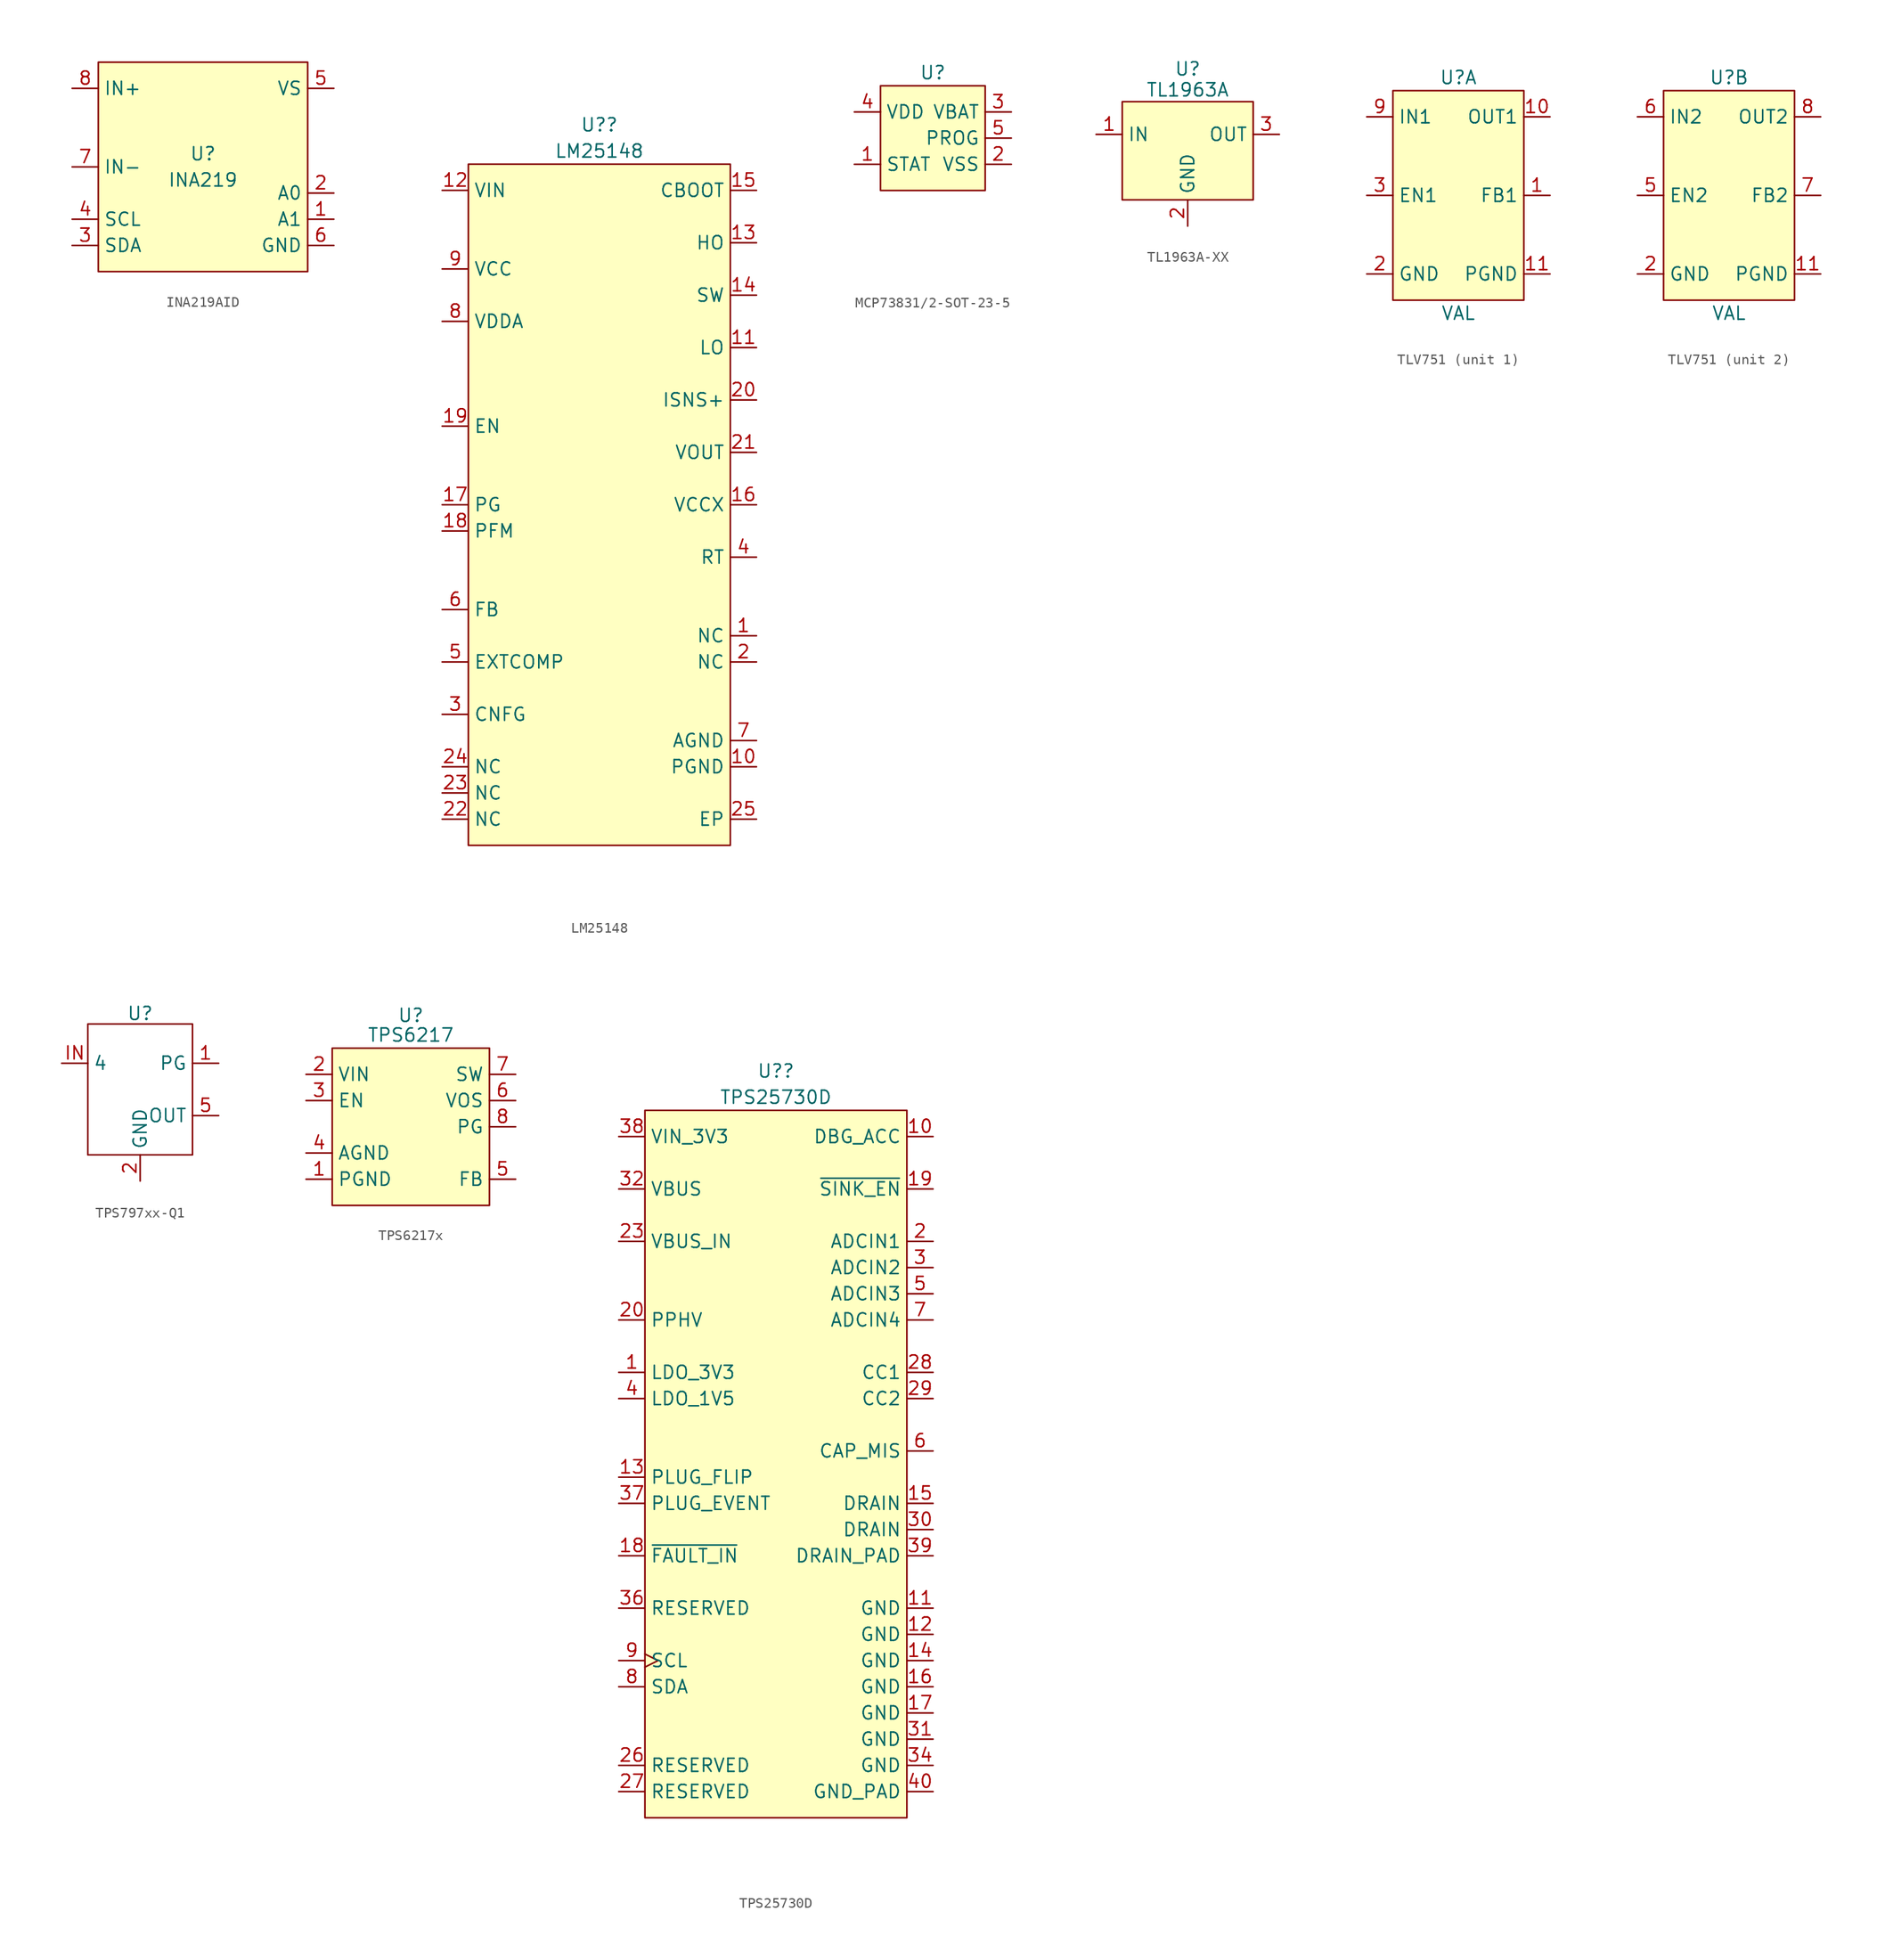
<source format=kicad_sym>
(kicad_symbol_lib
  (version 20241209)
  (generator "kicad_symbol_editor")
  (generator_version "9.0")
  (symbol "INA219AID"
    (property "Reference" "U"
      (at 0 1.27 0)
      (do_not_autoplace)
      (effects (font (size 1.27 1.27))))
    (property "Value" "INA219"
      (at 0 -1.27 0)
      (do_not_autoplace)
      (effects (font (size 1.27 1.27))))
    (symbol "INA219AID_0_0"
      (pin input line (at -12.7 7.62 0) (length 2.54) (name "IN+" (effects (font (size 1.27 1.27)))) (number "8" (effects (font (size 1.27 1.27)))))
      (pin input line (at -12.7 0 0) (length 2.54) (name "IN-" (effects (font (size 1.27 1.27)))) (number "7" (effects (font (size 1.27 1.27)))))
      (pin input line (at -12.7 -5.08 0) (length 2.54) (name "SCL" (effects (font (size 1.27 1.27)))) (number "4" (effects (font (size 1.27 1.27)))))
      (pin bidirectional line (at -12.7 -7.62 0) (length 2.54) (name "SDA" (effects (font (size 1.27 1.27)))) (number "3" (effects (font (size 1.27 1.27)))))
      (pin power_in line (at 12.7 7.62 180) (length 2.54) (name "VS" (effects (font (size 1.27 1.27)))) (number "5" (effects (font (size 1.27 1.27)))))
      (pin input line (at 12.7 -2.54 180) (length 2.54) (name "A0" (effects (font (size 1.27 1.27)))) (number "2" (effects (font (size 1.27 1.27)))))
      (pin input line (at 12.7 -5.08 180) (length 2.54) (name "A1" (effects (font (size 1.27 1.27)))) (number "1" (effects (font (size 1.27 1.27)))))
      (pin passive line (at 12.7 -7.62 180) (length 2.54) (name "GND" (effects (font (size 1.27 1.27)))) (number "6" (effects (font (size 1.27 1.27))))))
    (symbol "INA219AID_1_1"
      (rectangle (start -10.16 10.16) (end 10.16 -10.16) (stroke (width 0) (type default)) (fill (type background)))))
  (symbol "LM25148"
    (property "Reference" "U?"
      (at 0 36.83 0)
      (do_not_autoplace)
      (effects (font (size 1.27 1.27))))
    (property "Value" "LM25148"
      (at 0 34.29 0)
      (do_not_autoplace)
      (effects (font (size 1.27 1.27))))
    (symbol "LM25148_0_0"
      (pin power_in line (at -15.24 30.48 0) (length 2.54) (name "VIN" (effects (font (size 1.27 1.27)))) (number "12" (effects (font (size 1.27 1.27)))))
      (pin power_in line (at -15.24 22.86 0) (length 2.54) (name "VCC" (effects (font (size 1.27 1.27)))) (number "9" (effects (font (size 1.27 1.27)))))
      (pin power_out line (at -15.24 17.78 0) (length 2.54) (name "VDDA" (effects (font (size 1.27 1.27)))) (number "8" (effects (font (size 1.27 1.27)))))
      (pin input line (at -15.24 7.62 0) (length 2.54) (name "EN" (effects (font (size 1.27 1.27)))) (number "19" (effects (font (size 1.27 1.27)))))
      (pin input line (at -15.24 -10.16 0) (length 2.54) (name "FB" (effects (font (size 1.27 1.27)))) (number "6" (effects (font (size 1.27 1.27)))))
      (pin output line (at -15.24 -15.24 0) (length 2.54) (name "EXTCOMP" (effects (font (size 1.27 1.27)))) (number "5" (effects (font (size 1.27 1.27)))))
      (pin input line (at -15.24 -20.32 0) (length 2.54) (name "CNFG" (effects (font (size 1.27 1.27)))) (number "3" (effects (font (size 1.27 1.27)))))
      (pin passive line (at -15.24 -25.4 0) (length 2.54) (name "NC" (effects (font (size 1.27 1.27)))) (number "24" (effects (font (size 1.27 1.27)))))
      (pin passive line (at -15.24 -27.94 0) (length 2.54) (name "NC" (effects (font (size 1.27 1.27)))) (number "23" (effects (font (size 1.27 1.27)))))
      (pin passive line (at -15.24 -30.48 0) (length 2.54) (name "NC" (effects (font (size 1.27 1.27)))) (number "22" (effects (font (size 1.27 1.27)))))
      (pin passive line (at 15.24 30.48 180) (length 2.54) (name "CBOOT" (effects (font (size 1.27 1.27)))) (number "15" (effects (font (size 1.27 1.27)))))
      (pin output line (at 15.24 25.4 180) (length 2.54) (name "HO" (effects (font (size 1.27 1.27)))) (number "13" (effects (font (size 1.27 1.27)))))
      (pin power_out line (at 15.24 20.32 180) (length 2.54) (name "SW" (effects (font (size 1.27 1.27)))) (number "14" (effects (font (size 1.27 1.27)))))
      (pin output line (at 15.24 15.24 180) (length 2.54) (name "LO" (effects (font (size 1.27 1.27)))) (number "11" (effects (font (size 1.27 1.27)))))
      (pin input line (at 15.24 10.16 180) (length 2.54) (name "ISNS+" (effects (font (size 1.27 1.27)))) (number "20" (effects (font (size 1.27 1.27)))))
      (pin input line (at 15.24 5.08 180) (length 2.54) (name "VOUT" (effects (font (size 1.27 1.27)))) (number "21" (effects (font (size 1.27 1.27)))))
      (pin power_in line (at 15.24 0 180) (length 2.54) (name "VCCX" (effects (font (size 1.27 1.27)))) (number "16" (effects (font (size 1.27 1.27)))))
      (pin input line (at 15.24 -5.08 180) (length 2.54) (name "RT" (effects (font (size 1.27 1.27)))) (number "4" (effects (font (size 1.27 1.27)))))
      (pin passive line (at 15.24 -12.7 180) (length 2.54) (name "NC" (effects (font (size 1.27 1.27)))) (number "1" (effects (font (size 1.27 1.27)))))
      (pin passive line (at 15.24 -15.24 180) (length 2.54) (name "NC" (effects (font (size 1.27 1.27)))) (number "2" (effects (font (size 1.27 1.27)))))
      (pin power_in line (at 15.24 -22.86 180) (length 2.54) (name "AGND" (effects (font (size 1.27 1.27)))) (number "7" (effects (font (size 1.27 1.27)))))
      (pin power_in line (at 15.24 -25.4 180) (length 2.54) (name "PGND" (effects (font (size 1.27 1.27)))) (number "10" (effects (font (size 1.27 1.27)))))
      (pin passive line (at 15.24 -30.48 180) (length 2.54) (name "EP" (effects (font (size 1.27 1.27)))) (number "25" (effects (font (size 1.27 1.27))))))
    (symbol "LM25148_1_0"
      (pin output line (at -15.24 0 0) (length 2.54) (name "PG" (effects (font (size 1.27 1.27)))) (number "17" (effects (font (size 1.27 1.27)))) (alternate "SYNCOUT" output line))
      (pin input line (at -15.24 -2.54 0) (length 2.54) (name "PFM" (effects (font (size 1.27 1.27)))) (number "18" (effects (font (size 1.27 1.27)))) (alternate "SYNC" input line)))
    (symbol "LM25148_1_1"
      (rectangle (start -12.7 33.02) (end 12.7 -33.02) (stroke (width 0) (type solid)) (fill (type background)))))
  (symbol "MCP73831/2-SOT-23-5"
    (property "Reference" "U"
      (at 0 3.81 0)
      (effects (font (size 1.27 1.27))))
    (property "Value" ""
      (at -2.54 -15.24 0)
      (effects (font (size 1.27 1.27))))
    (symbol "MCP73831/2-SOT-23-5_0_0"
      (pin power_in line (at -7.62 0 0) (length 2.54) (name "VDD" (effects (font (size 1.27 1.27)))) (number "4" (effects (font (size 1.27 1.27)))))
      (pin output line (at -7.62 -5.08 0) (length 2.54) (name "STAT" (effects (font (size 1.27 1.27)))) (number "1" (effects (font (size 1.27 1.27)))))
      (pin power_out line (at 7.62 0 180) (length 2.54) (name "VBAT" (effects (font (size 1.27 1.27)))) (number "3" (effects (font (size 1.27 1.27)))))
      (pin input line (at 7.62 -2.54 180) (length 2.54) (name "PROG" (effects (font (size 1.27 1.27)))) (number "5" (effects (font (size 1.27 1.27)))))
      (pin passive line (at 7.62 -5.08 180) (length 2.54) (name "VSS" (effects (font (size 1.27 1.27)))) (number "2" (effects (font (size 1.27 1.27))))))
    (symbol "MCP73831/2-SOT-23-5_1_1"
      (rectangle (start -5.08 2.54) (end 5.08 -7.62) (stroke (width 0) (type default)) (fill (type background)))))
  (symbol "TL1963A-XX"
    (property "Reference" "U"
      (at 0 6.35 0)
      (do_not_autoplace)
      (effects (font (size 1.27 1.27))))
    (property "Value" "TL1963A"
      (at 0 4.318 0)
      (do_not_autoplace)
      (effects (font (size 1.27 1.27))))
    (symbol "TL1963A-XX_1_1"
      (rectangle (start -6.35 3.175) (end 6.35 -6.35) (stroke (width 0) (type default)) (fill (type background)))
      (pin power_in line (at -8.89 0 0) (length 2.54) (name "IN" (effects (font (size 1.27 1.27)))) (number "1" (effects (font (size 1.27 1.27)))))
      (pin passive line (at 0 -8.89 90) (length 2.54) (name "GND" (effects (font (size 1.27 1.27)))) (number "2" (effects (font (size 1.27 1.27)))))
      (pin passive line (at 0 -8.89 90) (length 2.54) (hide yes) (name "GND" (effects (font (size 1.27 1.27)))) (number "4" (effects (font (size 1.27 1.27)))))
      (pin power_out line (at 8.89 0 180) (length 2.54) (name "OUT" (effects (font (size 1.27 1.27)))) (number "3" (effects (font (size 1.27 1.27)))))))
  (symbol "TLV751"
    (property "Reference" "U"
      (at 0 11.43 0)
      (do_not_autoplace)
      (effects (font (size 1.27 1.27))))
    (property "Value" "VAL"
      (at 0 -11.43 0)
      (do_not_autoplace)
      (effects (font (size 1.27 1.27))))
    (symbol "TLV751_0_0"
      (pin passive line (at -8.89 -7.62 0) (length 2.54) (name "GND" (effects (font (size 1.27 1.27)))) (number "2" (effects (font (size 1.27 1.27)))))
      (pin passive line (at -8.89 -7.62 0) (length 2.54) (hide yes) (name "GND" (effects (font (size 1.27 1.27)))) (number "4" (effects (font (size 1.27 1.27)))))
      (pin passive line (at 8.89 -7.62 180) (length 2.54) (name "PGND" (effects (font (size 1.27 1.27)))) (number "11" (effects (font (size 1.27 1.27))))))
    (symbol "TLV751_0_1"
      (rectangle (start -6.35 10.16) (end 6.35 -10.16) (stroke (width 0) (type default)) (fill (type background))))
    (symbol "TLV751_1_0"
      (pin power_in line (at -8.89 7.62 0) (length 2.54) (name "IN1" (effects (font (size 1.27 1.27)))) (number "9" (effects (font (size 1.27 1.27)))))
      (pin input line (at -8.89 0 0) (length 2.54) (name "EN1" (effects (font (size 1.27 1.27)))) (number "3" (effects (font (size 1.27 1.27)))))
      (pin power_out line (at 8.89 7.62 180) (length 2.54) (name "OUT1" (effects (font (size 1.27 1.27)))) (number "10" (effects (font (size 1.27 1.27)))))
      (pin passive line (at 8.89 0 180) (length 2.54) (name "FB1" (effects (font (size 1.27 1.27)))) (number "1" (effects (font (size 1.27 1.27))))))
    (symbol "TLV751_2_0"
      (pin power_in line (at -8.89 7.62 0) (length 2.54) (name "IN2" (effects (font (size 1.27 1.27)))) (number "6" (effects (font (size 1.27 1.27)))))
      (pin input line (at -8.89 0 0) (length 2.54) (name "EN2" (effects (font (size 1.27 1.27)))) (number "5" (effects (font (size 1.27 1.27)))))
      (pin power_out line (at 8.89 7.62 180) (length 2.54) (name "OUT2" (effects (font (size 1.27 1.27)))) (number "8" (effects (font (size 1.27 1.27)))))
      (pin passive line (at 8.89 0 180) (length 2.54) (name "FB2" (effects (font (size 1.27 1.27)))) (number "7" (effects (font (size 1.27 1.27)))))))
  (symbol "TPS797xx-Q1"
    (property "Reference" "U"
      (at 0 7.366 0)
      (do_not_autoplace)
      (effects (font (size 1.27 1.27))))
    (property "Value" ""
      (at 0 1.27 0)
      (effects (font (size 1.27 1.27))))
    (property "MPN" ""
      (at 0 1.27 0)
      (effects (font (size 1.27 1.27))))
    (property "DKPN" ""
      (at 0 1.27 0)
      (effects (font (size 1.27 1.27))))
    (symbol "TPS797xx-Q1_0_1"
      (rectangle (start -5.08 6.35) (end 5.08 -6.35) (stroke (width 0) (type default)) (fill (type none))))
    (symbol "TPS797xx-Q1_1_1"
      (pin power_in line (at -7.62 2.54 0) (length 2.54) (name "4" (effects (font (size 1.27 1.27)))) (number "IN" (effects (font (size 1.27 1.27)))))
      (pin no_connect line (at -7.62 -2.54 0) (length 2.54) (hide yes) (name "NC" (effects (font (size 1.27 1.27)))) (number "3" (effects (font (size 1.27 1.27)))))
      (pin passive line (at 0 -8.89 90) (length 2.54) (name "GND" (effects (font (size 1.27 1.27)))) (number "2" (effects (font (size 1.27 1.27)))))
      (pin output line (at 7.62 2.54 180) (length 2.54) (name "PG" (effects (font (size 1.27 1.27)))) (number "1" (effects (font (size 1.27 1.27)))))
      (pin power_out line (at 7.62 -2.54 180) (length 2.54) (name "OUT" (effects (font (size 1.27 1.27)))) (number "5" (effects (font (size 1.27 1.27)))))))
  (symbol "TPS6217x"
    (property "Reference" "U"
      (at 0 10.795 0)
      (do_not_autoplace)
      (effects (font (size 1.27 1.27))))
    (property "Value" "TPS6217"
      (at 0 8.89 0)
      (do_not_autoplace)
      (effects (font (size 1.27 1.27))))
    (symbol "TPS6217x_0_0"
      (pin power_in line (at -10.16 5.08 0) (length 2.54) (name "VIN" (effects (font (size 1.27 1.27)))) (number "2" (effects (font (size 1.27 1.27)))))
      (pin input line (at -10.16 2.54 0) (length 2.54) (name "EN" (effects (font (size 1.27 1.27)))) (number "3" (effects (font (size 1.27 1.27)))))
      (pin passive line (at -10.16 -2.54 0) (length 2.54) (name "AGND" (effects (font (size 1.27 1.27)))) (number "4" (effects (font (size 1.27 1.27)))))
      (pin passive line (at -10.16 -5.08 0) (length 2.54) (name "PGND" (effects (font (size 1.27 1.27)))) (number "1" (effects (font (size 1.27 1.27)))))
      (pin output line (at 10.16 5.08 180) (length 2.54) (name "SW" (effects (font (size 1.27 1.27)))) (number "7" (effects (font (size 1.27 1.27)))))
      (pin input line (at 10.16 2.54 180) (length 2.54) (name "VOS" (effects (font (size 1.27 1.27)))) (number "6" (effects (font (size 1.27 1.27)))))
      (pin output line (at 10.16 0 180) (length 2.54) (name "PG" (effects (font (size 1.27 1.27)))) (number "8" (effects (font (size 1.27 1.27)))))
      (pin input line (at 10.16 -5.08 180) (length 2.54) (name "FB" (effects (font (size 1.27 1.27)))) (number "5" (effects (font (size 1.27 1.27))))))
    (symbol "TPS6217x_1_0"
      (pin passive line (at -10.16 -5.08 0) (length 2.54) (hide yes) (name "PGND" (effects (font (size 1.27 1.27)))) (number "9" (effects (font (size 1.27 1.27))))))
    (symbol "TPS6217x_1_1"
      (rectangle (start -7.62 7.62) (end 7.62 -7.62) (stroke (width 0) (type default)) (fill (type background)))))
  (symbol "TPS25730D"
    (property "Reference" "U?"
      (at 0 38.1 0)
      (do_not_autoplace)
      (effects (font (size 1.27 1.27))))
    (property "Value" "TPS25730D"
      (at 0 35.56 0)
      (do_not_autoplace)
      (effects (font (size 1.27 1.27))))
    (symbol "TPS25730D_0_0"
      (pin power_in line (at -15.24 31.75 0) (length 2.54) (name "VIN_3V3" (effects (font (size 1.27 1.27)))) (number "38" (effects (font (size 1.27 1.27)))))
      (pin power_out line (at -15.24 26.67 0) (length 2.54) (name "VBUS" (effects (font (size 1.27 1.27)))) (number "32" (effects (font (size 1.27 1.27)))))
      (pin bidirectional line (at -15.24 21.59 0) (length 2.54) (name "VBUS_IN" (effects (font (size 1.27 1.27)))) (number "23" (effects (font (size 1.27 1.27)))))
      (pin bidirectional line (at -15.24 13.97 0) (length 2.54) (name "PPHV" (effects (font (size 1.27 1.27)))) (number "20" (effects (font (size 1.27 1.27)))))
      (pin power_out line (at -15.24 8.89 0) (length 2.54) (name "LDO_3V3" (effects (font (size 1.27 1.27)))) (number "1" (effects (font (size 1.27 1.27)))))
      (pin power_out line (at -15.24 6.35 0) (length 2.54) (name "LDO_1V5" (effects (font (size 1.27 1.27)))) (number "4" (effects (font (size 1.27 1.27)))))
      (pin output line (at -15.24 -1.27 0) (length 2.54) (name "PLUG_FLIP" (effects (font (size 1.27 1.27)))) (number "13" (effects (font (size 1.27 1.27)))))
      (pin output line (at -15.24 -3.81 0) (length 2.54) (name "PLUG_EVENT" (effects (font (size 1.27 1.27)))) (number "37" (effects (font (size 1.27 1.27)))))
      (pin input line (at -15.24 -8.89 0) (length 2.54) (name "~{FAULT_IN}" (effects (font (size 1.27 1.27)))) (number "18" (effects (font (size 1.27 1.27)))))
      (pin input clock (at -15.24 -19.05 0) (length 2.54) (name "SCL" (effects (font (size 1.27 1.27)))) (number "9" (effects (font (size 1.27 1.27)))))
      (pin bidirectional line (at -15.24 -21.59 0) (length 2.54) (name "SDA" (effects (font (size 1.27 1.27)))) (number "8" (effects (font (size 1.27 1.27)))))
      (pin input line (at -15.24 -29.21 0) (length 2.54) (name "RESERVED" (effects (font (size 1.27 1.27)))) (number "26" (effects (font (size 1.27 1.27)))))
      (pin output line (at 15.24 31.75 180) (length 2.54) (name "DBG_ACC" (effects (font (size 1.27 1.27)))) (number "10" (effects (font (size 1.27 1.27)))))
      (pin output line (at 15.24 26.67 180) (length 2.54) (name "~{SINK_EN}" (effects (font (size 1.27 1.27)))) (number "19" (effects (font (size 1.27 1.27)))))
      (pin input line (at 15.24 21.59 180) (length 2.54) (name "ADCIN1" (effects (font (size 1.27 1.27)))) (number "2" (effects (font (size 1.27 1.27)))))
      (pin input line (at 15.24 19.05 180) (length 2.54) (name "ADCIN2" (effects (font (size 1.27 1.27)))) (number "3" (effects (font (size 1.27 1.27)))))
      (pin input line (at 15.24 16.51 180) (length 2.54) (name "ADCIN3" (effects (font (size 1.27 1.27)))) (number "5" (effects (font (size 1.27 1.27)))))
      (pin input line (at 15.24 13.97 180) (length 2.54) (name "ADCIN4" (effects (font (size 1.27 1.27)))) (number "7" (effects (font (size 1.27 1.27)))))
      (pin bidirectional line (at 15.24 8.89 180) (length 2.54) (name "CC1" (effects (font (size 1.27 1.27)))) (number "28" (effects (font (size 1.27 1.27)))))
      (pin bidirectional line (at 15.24 6.35 180) (length 2.54) (name "CC2" (effects (font (size 1.27 1.27)))) (number "29" (effects (font (size 1.27 1.27)))))
      (pin output line (at 15.24 1.27 180) (length 2.54) (name "CAP_MIS" (effects (font (size 1.27 1.27)))) (number "6" (effects (font (size 1.27 1.27)))))
      (pin passive line (at 15.24 -3.81 180) (length 2.54) (name "DRAIN" (effects (font (size 1.27 1.27)))) (number "15" (effects (font (size 1.27 1.27)))))
      (pin passive line (at 15.24 -6.35 180) (length 2.54) (name "DRAIN" (effects (font (size 1.27 1.27)))) (number "30" (effects (font (size 1.27 1.27)))))
      (pin passive line (at 15.24 -8.89 180) (length 2.54) (name "DRAIN_PAD" (effects (font (size 1.27 1.27)))) (number "39" (effects (font (size 1.27 1.27)))))
      (pin passive line (at 15.24 -13.97 180) (length 2.54) (name "GND" (effects (font (size 1.27 1.27)))) (number "11" (effects (font (size 1.27 1.27)))))
      (pin passive line (at 15.24 -16.51 180) (length 2.54) (name "GND" (effects (font (size 1.27 1.27)))) (number "12" (effects (font (size 1.27 1.27)))))
      (pin passive line (at 15.24 -19.05 180) (length 2.54) (name "GND" (effects (font (size 1.27 1.27)))) (number "14" (effects (font (size 1.27 1.27)))))
      (pin passive line (at 15.24 -21.59 180) (length 2.54) (name "GND" (effects (font (size 1.27 1.27)))) (number "16" (effects (font (size 1.27 1.27)))))
      (pin passive line (at 15.24 -24.13 180) (length 2.54) (name "GND" (effects (font (size 1.27 1.27)))) (number "17" (effects (font (size 1.27 1.27)))))
      (pin passive line (at 15.24 -26.67 180) (length 2.54) (name "GND" (effects (font (size 1.27 1.27)))) (number "31" (effects (font (size 1.27 1.27)))))
      (pin passive line (at 15.24 -29.21 180) (length 2.54) (name "GND" (effects (font (size 1.27 1.27)))) (number "34" (effects (font (size 1.27 1.27)))))
      (pin passive line (at 15.24 -31.75 180) (length 2.54) (name "GND_PAD" (effects (font (size 1.27 1.27)))) (number "40" (effects (font (size 1.27 1.27))))))
    (symbol "TPS25730D_1_0"
      (pin power_out line (at -15.24 26.67 0) (length 2.54) (hide yes) (name "VBUS" (effects (font (size 1.27 1.27)))) (number "33" (effects (font (size 1.27 1.27)))))
      (pin bidirectional line (at -15.24 21.59 0) (length 2.54) (hide yes) (name "VBUS_IN" (effects (font (size 1.27 1.27)))) (number "24" (effects (font (size 1.27 1.27)))))
      (pin bidirectional line (at -15.24 21.59 0) (length 2.54) (hide yes) (name "VBUS_IN" (effects (font (size 1.27 1.27)))) (number "25" (effects (font (size 1.27 1.27)))))
      (pin bidirectional line (at -15.24 13.97 0) (length 2.54) (hide yes) (name "PPHV" (effects (font (size 1.27 1.27)))) (number "21" (effects (font (size 1.27 1.27)))))
      (pin bidirectional line (at -15.24 13.97 0) (length 2.54) (hide yes) (name "PPHV" (effects (font (size 1.27 1.27)))) (number "22" (effects (font (size 1.27 1.27)))))
      (pin input line (at -15.24 -13.97 0) (length 2.54) (name "RESERVED" (effects (font (size 1.27 1.27)))) (number "36" (effects (font (size 1.27 1.27)))))
      (pin input line (at -15.24 -31.75 0) (length 2.54) (name "RESERVED" (effects (font (size 1.27 1.27)))) (number "27" (effects (font (size 1.27 1.27)))))
      (pin passive line (at 15.24 -29.21 180) (length 2.54) (hide yes) (name "GND" (effects (font (size 1.27 1.27)))) (number "35" (effects (font (size 1.27 1.27))))))
    (symbol "TPS25730D_1_1"
      (rectangle (start -12.7 34.29) (end 12.7 -34.29) (stroke (width 0) (type solid)) (fill (type background))))))
</source>
